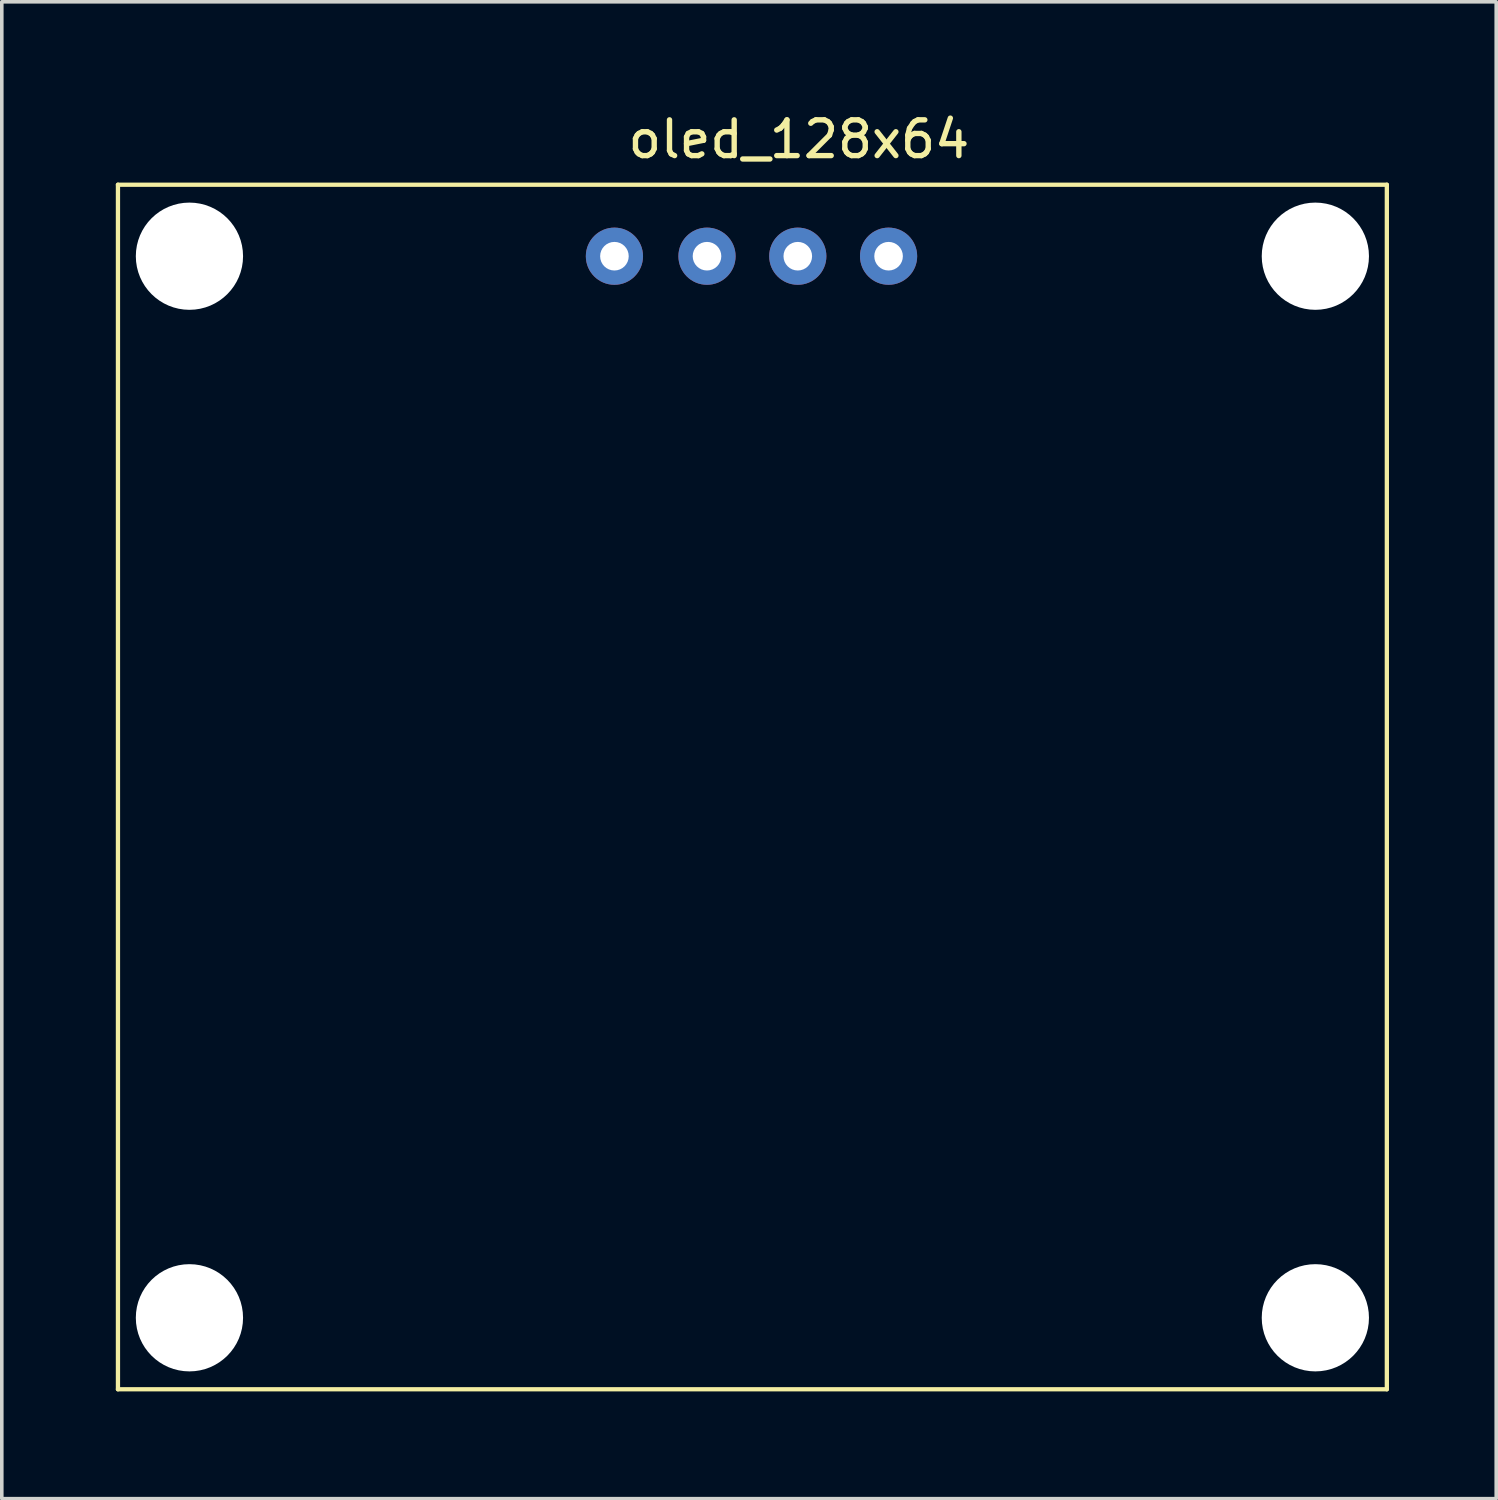
<source format=kicad_pcb>
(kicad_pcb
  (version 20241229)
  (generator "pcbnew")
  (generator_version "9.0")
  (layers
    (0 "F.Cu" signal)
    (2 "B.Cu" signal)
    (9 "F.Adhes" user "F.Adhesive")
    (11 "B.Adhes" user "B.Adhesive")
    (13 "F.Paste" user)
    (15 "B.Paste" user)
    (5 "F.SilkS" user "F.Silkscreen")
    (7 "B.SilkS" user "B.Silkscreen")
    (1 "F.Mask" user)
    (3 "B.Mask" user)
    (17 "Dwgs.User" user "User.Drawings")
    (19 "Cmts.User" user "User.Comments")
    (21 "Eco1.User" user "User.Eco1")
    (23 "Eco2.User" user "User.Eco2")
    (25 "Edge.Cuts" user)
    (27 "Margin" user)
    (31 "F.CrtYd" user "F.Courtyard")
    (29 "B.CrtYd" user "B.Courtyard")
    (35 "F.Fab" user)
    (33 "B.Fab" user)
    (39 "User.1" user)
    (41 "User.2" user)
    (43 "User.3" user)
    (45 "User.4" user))
  (footprint "oled_128x64"
    (layer "F.Cu")
    (at 0.25 2.118)
    (property "Reference" "oled_128x64" (at 19.05 -1.27 0) (layer "F.SilkS") (effects (font (size 1 1) (thickness 0.15))))
    (attr through_hole)
    (fp_line (start 0 0) (end 0 33.7) (stroke (width 0.12) (type solid)) (layer "F.SilkS"))
    (fp_line (start 0 0) (end 35.5 0) (stroke (width 0.12) (type solid)) (layer "F.SilkS"))
    (fp_line (start 0 33.7) (end 35.5 33.7) (stroke (width 0.12) (type solid)) (layer "F.SilkS"))
    (fp_line (start 35.5 0) (end 35.5 33.7) (stroke (width 0.12) (type solid)) (layer "F.SilkS"))
    (pad "" np_thru_hole circle (at 2 2) (size 3 3) (drill 3) (layers "*.Cu" "*.Mask"))
    (pad "" np_thru_hole circle (at 2 31.7) (size 3 3) (drill 3) (layers "*.Cu" "*.Mask"))
    (pad "" np_thru_hole circle (at 33.5 2) (size 3 3) (drill 3) (layers "*.Cu" "*.Mask"))
    (pad "" np_thru_hole circle (at 33.5 31.7) (size 3 3) (drill 3) (layers "*.Cu" "*.Mask"))
    (pad "1" thru_hole circle (at 13.89 2) (size 1.6 1.6) (drill 0.8) (layers "*.Cu" "*.Mask"))
    (pad "2" thru_hole circle (at 16.48 2) (size 1.6 1.6) (drill 0.8) (layers "*.Cu" "*.Mask"))
    (pad "3" thru_hole circle (at 19.02 2) (size 1.6 1.6) (drill 0.8) (layers "*.Cu" "*.Mask"))
    (pad "4" thru_hole circle (at 21.56 2) (size 1.6 1.6) (drill 0.8) (layers "*.Cu" "*.Mask")))
  (gr_rect
    (start -3 -3)
    (end 38.81 38.878)
    (stroke (width 0.1) (type default))
    (fill no)
    (layer "Edge.Cuts")))
</source>
